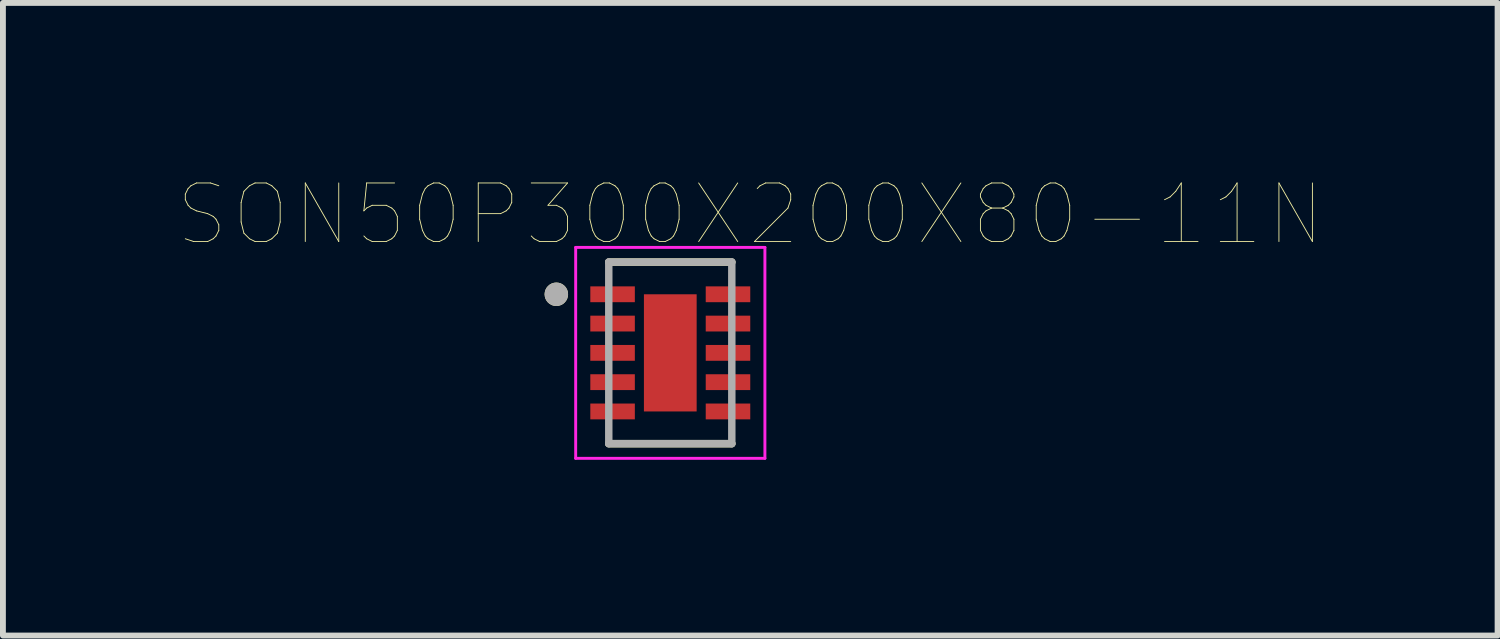
<source format=kicad_pcb>
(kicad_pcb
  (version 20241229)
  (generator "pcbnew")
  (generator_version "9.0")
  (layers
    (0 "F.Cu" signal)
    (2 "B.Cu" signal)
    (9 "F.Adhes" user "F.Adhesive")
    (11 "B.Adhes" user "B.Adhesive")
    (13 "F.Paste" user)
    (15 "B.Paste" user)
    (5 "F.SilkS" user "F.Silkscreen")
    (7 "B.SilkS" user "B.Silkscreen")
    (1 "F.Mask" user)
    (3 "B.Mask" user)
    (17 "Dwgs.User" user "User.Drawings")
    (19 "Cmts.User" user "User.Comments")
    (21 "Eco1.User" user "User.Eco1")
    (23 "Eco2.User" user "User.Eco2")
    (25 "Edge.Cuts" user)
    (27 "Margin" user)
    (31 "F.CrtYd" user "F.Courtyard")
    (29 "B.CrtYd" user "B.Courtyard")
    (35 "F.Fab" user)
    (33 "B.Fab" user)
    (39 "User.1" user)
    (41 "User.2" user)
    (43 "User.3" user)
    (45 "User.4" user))
  (footprint "SON50P300X200X80-11N"
    (layer "F.Cu")
    (at 8.391 2.973)
    (property "Reference" "SON50P300X200X80-11N" (at 1.365 -2.362 0) (layer "F.SilkS") (effects (font (size 1 1) (thickness 0.015))))
    (attr through_hole)
    (fp_line (start -1.05 -1.55) (end 1.05 -1.55) (stroke (width 0.127) (type solid)) (layer "F.SilkS"))
    (fp_line (start -1.05 1.55) (end 1.05 1.55) (stroke (width 0.127) (type solid)) (layer "F.SilkS"))
    (fp_circle (center -1.945 -1) (end -1.845 -1) (stroke (width 0.2) (type solid)) (fill no) (layer "F.SilkS"))
    (fp_poly (pts (xy -0.28 -0.63) (xy 0.28 -0.63) (xy 0.28 0.63) (xy -0.28 0.63)) (stroke (width 0.01) (type solid)) (fill yes) (layer "F.Paste"))
    (fp_line (start -1.615 -1.8) (end -1.615 1.8) (stroke (width 0.05) (type solid)) (layer "F.CrtYd"))
    (fp_line (start -1.615 -1.8) (end 1.615 -1.8) (stroke (width 0.05) (type solid)) (layer "F.CrtYd"))
    (fp_line (start -1.615 1.8) (end 1.615 1.8) (stroke (width 0.05) (type solid)) (layer "F.CrtYd"))
    (fp_line (start 1.615 -1.8) (end 1.615 1.8) (stroke (width 0.05) (type solid)) (layer "F.CrtYd"))
    (fp_line (start -1.05 -1.55) (end -1.05 1.55) (stroke (width 0.127) (type solid)) (layer "F.Fab"))
    (fp_line (start -1.05 -1.55) (end 1.05 -1.55) (stroke (width 0.127) (type solid)) (layer "F.Fab"))
    (fp_line (start -1.05 1.55) (end 1.05 1.55) (stroke (width 0.127) (type solid)) (layer "F.Fab"))
    (fp_line (start 1.05 -1.55) (end 1.05 1.55) (stroke (width 0.127) (type solid)) (layer "F.Fab"))
    (fp_circle (center -1.945 -1) (end -1.845 -1) (stroke (width 0.2) (type solid)) (fill no) (layer "F.Fab"))
    (pad "1" smd rect (at -0.985 -1) (size 0.76 0.27) (layers "F.Cu" "F.Mask" "F.Paste"))
    (pad "2" smd rect (at -0.985 -0.5) (size 0.76 0.27) (layers "F.Cu" "F.Mask" "F.Paste"))
    (pad "3" smd rect (at -0.985 0) (size 0.76 0.27) (layers "F.Cu" "F.Mask" "F.Paste"))
    (pad "4" smd rect (at -0.985 0.5) (size 0.76 0.27) (layers "F.Cu" "F.Mask" "F.Paste"))
    (pad "5" smd rect (at -0.985 1) (size 0.76 0.27) (layers "F.Cu" "F.Mask" "F.Paste"))
    (pad "6" smd rect (at 0.985 1) (size 0.76 0.27) (layers "F.Cu" "F.Mask" "F.Paste"))
    (pad "7" smd rect (at 0.985 0.5) (size 0.76 0.27) (layers "F.Cu" "F.Mask" "F.Paste"))
    (pad "8" smd rect (at 0.985 0) (size 0.76 0.27) (layers "F.Cu" "F.Mask" "F.Paste"))
    (pad "9" smd rect (at 0.985 -0.5) (size 0.76 0.27) (layers "F.Cu" "F.Mask" "F.Paste"))
    (pad "10" smd rect (at 0.985 -1) (size 0.76 0.27) (layers "F.Cu" "F.Mask" "F.Paste"))
    (pad "11" smd rect (at 0 0) (size 0.9 2) (layers "F.Cu" "F.Mask")))
  (gr_rect
    (start -3 -3)
    (end 22.512 7.798)
    (stroke (width 0.1) (type default))
    (fill no)
    (layer "Edge.Cuts")))
</source>
